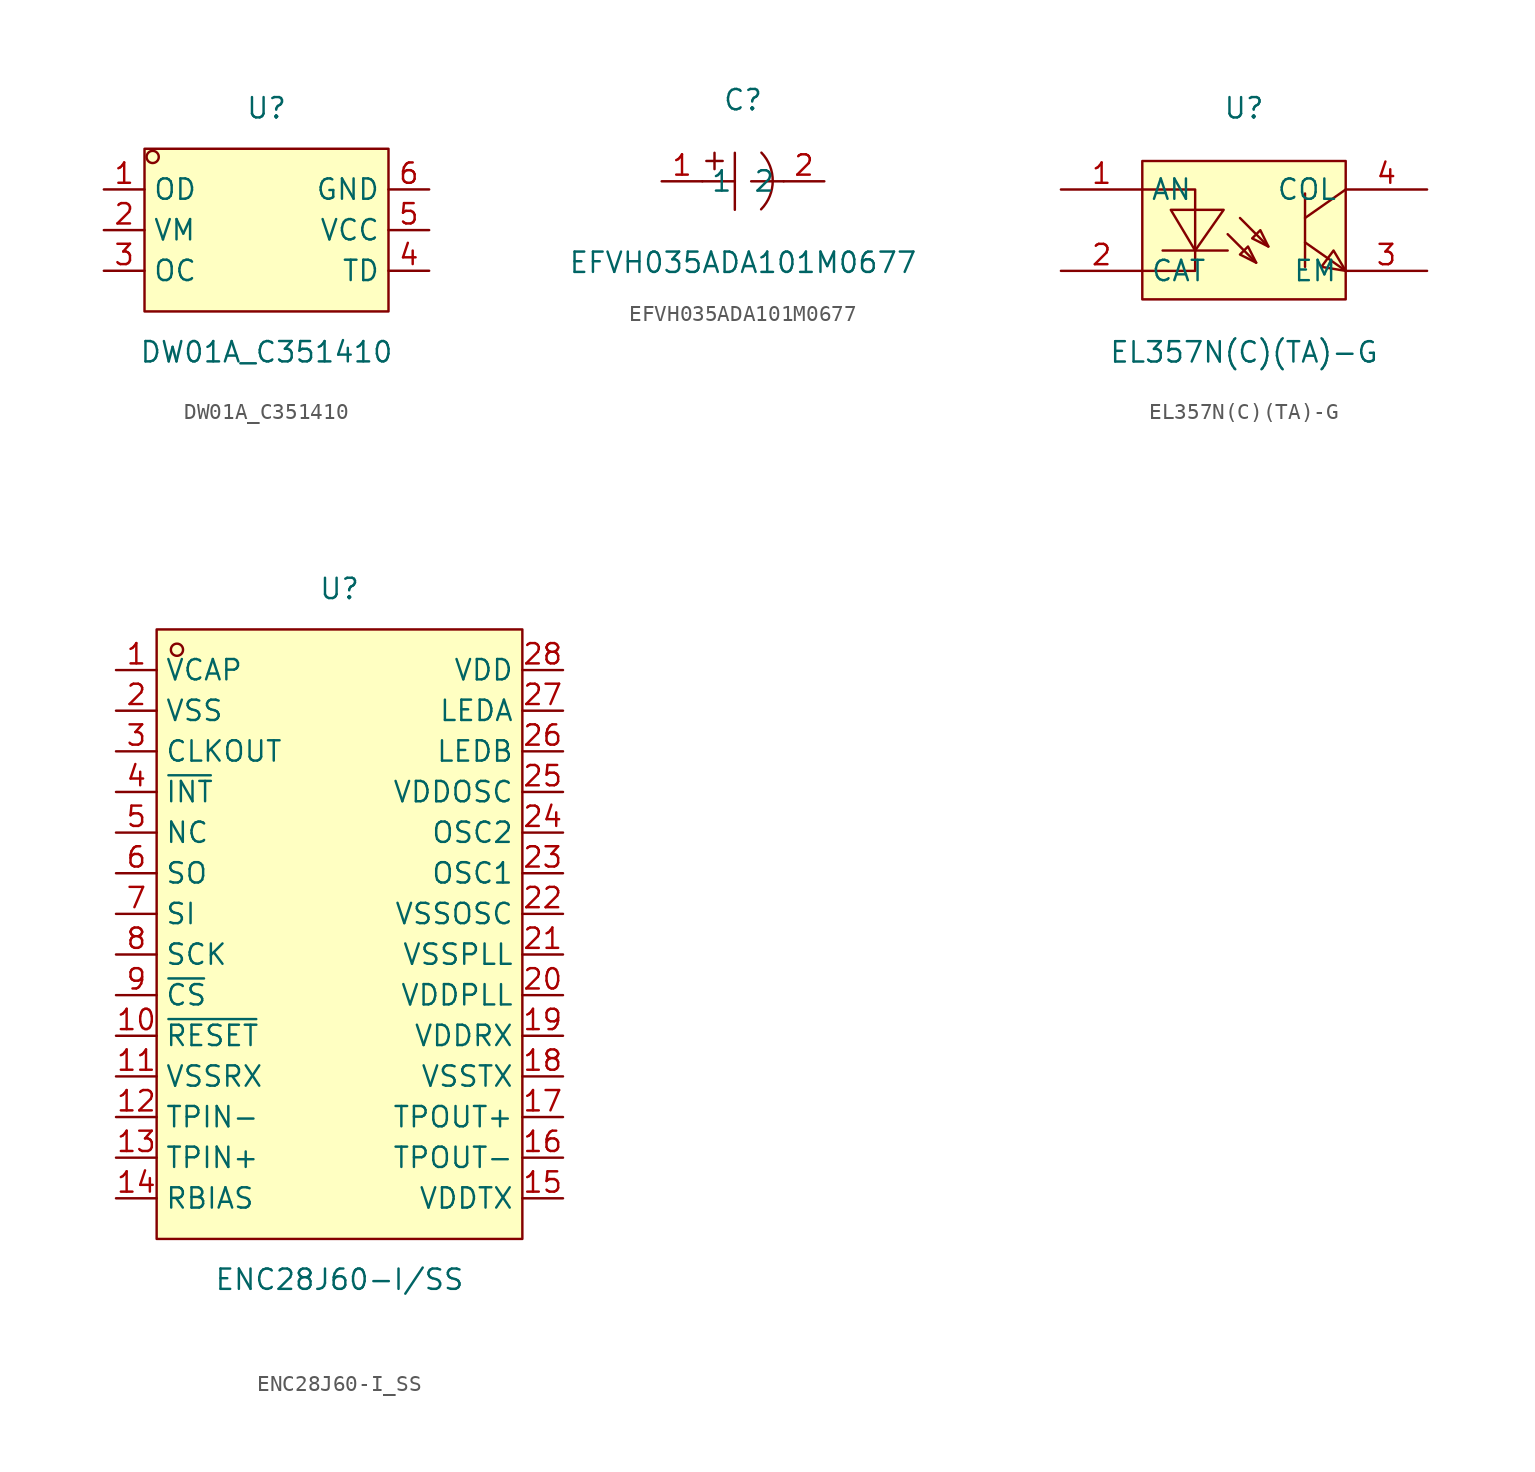
<source format=kicad_sym>
(kicad_symbol_lib
  (version 20211014)
  (generator https://github.com/uPesy/easyeda2kicad.py)
  (symbol "DW01A_C351410"
    (property "Reference" "U"
      (at 0 7.62 0)
      (effects (font (size 1.27 1.27))))
    (property "Value" "DW01A_C351410"
      (at 0 -7.62 0)
      (effects (font (size 1.27 1.27))))
    (symbol "DW01A_C351410_0_1"
      (rectangle (start -7.62 5.08) (end 7.62 -5.08) (stroke (width 0) (type default) (color 0 0 0 0)) (fill (type background)))
      (circle (center -7.11 4.57) (radius 0.38) (stroke (width 0) (type default) (color 0 0 0 0)) (fill (type none)))
      (pin unspecified line (at -10.16 2.54 0) (length 2.54) (name "OD" (effects (font (size 1.27 1.27)))) (number "1" (effects (font (size 1.27 1.27)))))
      (pin unspecified line (at -10.16 -0.00 0) (length 2.54) (name "VM" (effects (font (size 1.27 1.27)))) (number "2" (effects (font (size 1.27 1.27)))))
      (pin unspecified line (at -10.16 -2.54 0) (length 2.54) (name "OC" (effects (font (size 1.27 1.27)))) (number "3" (effects (font (size 1.27 1.27)))))
      (pin unspecified line (at 10.16 -2.54 180) (length 2.54) (name "TD" (effects (font (size 1.27 1.27)))) (number "4" (effects (font (size 1.27 1.27)))))
      (pin unspecified line (at 10.16 -0.00 180) (length 2.54) (name "VCC" (effects (font (size 1.27 1.27)))) (number "5" (effects (font (size 1.27 1.27)))))
      (pin unspecified line (at 10.16 2.54 180) (length 2.54) (name "GND" (effects (font (size 1.27 1.27)))) (number "6" (effects (font (size 1.27 1.27)))))))
  (symbol "EFVH035ADA101M0677"
    (property "Reference" "C"
      (at 0 5.08 0)
      (effects (font (size 1.27 1.27))))
    (property "Value" "EFVH035ADA101M0677"
      (at 0 -5.08 0)
      (effects (font (size 1.27 1.27))))
    (symbol "EFVH035ADA101M0677_0_1"
      (arc (start 1.13 -1.75) (mid 5.47 -0.41) (end 1.15 1.79) (stroke (width 0) (type default) (color 0 0 0 0)) (fill (type none)))
      (polyline (pts (xy -0.51 1.78) (xy -0.51 -1.78)) (stroke (width 0) (type default) (color 0 0 0 0)) (fill (type none)))
      (polyline (pts (xy -2.54 -0.00) (xy -0.51 -0.00)) (stroke (width 0) (type default) (color 0 0 0 0)) (fill (type none)))
      (polyline (pts (xy 0.51 -0.00) (xy 2.54 -0.00)) (stroke (width 0) (type default) (color 0 0 0 0)) (fill (type none)))
      (polyline (pts (xy -2.29 1.27) (xy -1.27 1.27)) (stroke (width 0) (type default) (color 0 0 0 0)) (fill (type none)))
      (polyline (pts (xy -1.78 1.78) (xy -1.78 0.76)) (stroke (width 0) (type default) (color 0 0 0 0)) (fill (type none)))
      (pin input line (at -5.08 -0.00 0) (length 2.54) (name "1" (effects (font (size 1.27 1.27)))) (number "1" (effects (font (size 1.27 1.27)))))
      (pin input line (at 5.08 -0.00 180) (length 2.54) (name "2" (effects (font (size 1.27 1.27)))) (number "2" (effects (font (size 1.27 1.27)))))))
  (symbol "EL357N(C)(TA)-G"
    (property "Reference" "U"
      (at 0 7.62 0)
      (effects (font (size 1.27 1.27))))
    (property "Value" "EL357N(C)(TA)-G"
      (at 0 -7.62 0)
      (effects (font (size 1.27 1.27))))
    (symbol "EL357N(C)(TA)-G_0_1"
      (rectangle (start -6.35 4.32) (end 6.35 -4.32) (stroke (width 0) (type default) (color 0 0 0 0)) (fill (type background)))
      (polyline (pts (xy 0.76 -2.03) (xy 0.25 -1.02) (xy -0.25 -1.52) (xy 0.76 -2.03)) (stroke (width 0) (type default) (color 0 0 0 0)) (fill (type background)))
      (polyline (pts (xy 1.52 -1.02) (xy 1.02 -0.00) (xy 0.51 -0.51) (xy 1.52 -1.02)) (stroke (width 0) (type default) (color 0 0 0 0)) (fill (type background)))
      (polyline (pts (xy -4.57 1.27) (xy -3.05 -1.27) (xy -1.27 1.27) (xy -4.57 1.27)) (stroke (width 0) (type default) (color 0 0 0 0)) (fill (type background)))
      (polyline (pts (xy 6.35 2.54) (xy 3.81 0.76)) (stroke (width 0) (type default) (color 0 0 0 0)) (fill (type none)))
      (polyline (pts (xy 3.81 -0.76) (xy 6.35 -2.54)) (stroke (width 0) (type default) (color 0 0 0 0)) (fill (type none)))
      (polyline (pts (xy 3.81 2.29) (xy 3.81 -2.29)) (stroke (width 0) (type default) (color 0 0 0 0)) (fill (type none)))
      (polyline (pts (xy -1.02 -0.25) (xy 0.76 -2.03)) (stroke (width 0) (type default) (color 0 0 0 0)) (fill (type none)))
      (polyline (pts (xy -0.25 0.76) (xy 1.52 -1.02)) (stroke (width 0) (type default) (color 0 0 0 0)) (fill (type none)))
      (polyline (pts (xy -1.02 -1.27) (xy -5.08 -1.27)) (stroke (width 0) (type default) (color 0 0 0 0)) (fill (type none)))
      (polyline (pts (xy -6.35 2.54) (xy -3.05 2.54) (xy -3.05 -2.54) (xy -6.35 -2.54)) (stroke (width 0) (type default) (color 0 0 0 0)) (fill (type none)))
      (polyline (pts (xy 6.35 -2.54) (xy 5.59 -1.27) (xy 4.83 -2.29) (xy 6.35 -2.54)) (stroke (width 0) (type default) (color 0 0 0 0)) (fill (type background)))
      (pin unspecified line (at -11.43 2.54 0) (length 5.08) (name "AN" (effects (font (size 1.27 1.27)))) (number "1" (effects (font (size 1.27 1.27)))))
      (pin unspecified line (at -11.43 -2.54 0) (length 5.08) (name "CAT" (effects (font (size 1.27 1.27)))) (number "2" (effects (font (size 1.27 1.27)))))
      (pin unspecified line (at 11.43 -2.54 180) (length 5.08) (name "EM" (effects (font (size 1.27 1.27)))) (number "3" (effects (font (size 1.27 1.27)))))
      (pin unspecified line (at 11.43 2.54 180) (length 5.08) (name "COL" (effects (font (size 1.27 1.27)))) (number "4" (effects (font (size 1.27 1.27)))))))
  (symbol "ENC28J60-I_SS"
    (property "Reference" "U"
      (at 0 21.59 0)
      (effects (font (size 1.27 1.27))))
    (property "Value" "ENC28J60-I/SS"
      (at 0 -21.59 0)
      (effects (font (size 1.27 1.27))))
    (symbol "ENC28J60-I_SS_0_1"
      (rectangle (start -11.43 19.05) (end 11.43 -19.05) (stroke (width 0) (type default) (color 0 0 0 0)) (fill (type background)))
      (circle (center -10.16 17.78) (radius 0.38) (stroke (width 0) (type default) (color 0 0 0 0)) (fill (type none)))
      (pin unspecified line (at -13.97 16.51 0) (length 2.54) (name "VCAP" (effects (font (size 1.27 1.27)))) (number "1" (effects (font (size 1.27 1.27)))))
      (pin unspecified line (at -13.97 13.97 0) (length 2.54) (name "VSS" (effects (font (size 1.27 1.27)))) (number "2" (effects (font (size 1.27 1.27)))))
      (pin unspecified line (at -13.97 11.43 0) (length 2.54) (name "CLKOUT" (effects (font (size 1.27 1.27)))) (number "3" (effects (font (size 1.27 1.27)))))
      (pin unspecified line (at -13.97 8.89 0) (length 2.54) (name "~{INT}" (effects (font (size 1.27 1.27)))) (number "4" (effects (font (size 1.27 1.27)))))
      (pin unspecified line (at -13.97 6.35 0) (length 2.54) (name "NC" (effects (font (size 1.27 1.27)))) (number "5" (effects (font (size 1.27 1.27)))))
      (pin unspecified line (at -13.97 3.81 0) (length 2.54) (name "SO" (effects (font (size 1.27 1.27)))) (number "6" (effects (font (size 1.27 1.27)))))
      (pin unspecified line (at -13.97 1.27 0) (length 2.54) (name "SI" (effects (font (size 1.27 1.27)))) (number "7" (effects (font (size 1.27 1.27)))))
      (pin unspecified line (at -13.97 -1.27 0) (length 2.54) (name "SCK" (effects (font (size 1.27 1.27)))) (number "8" (effects (font (size 1.27 1.27)))))
      (pin unspecified line (at -13.97 -3.81 0) (length 2.54) (name "~{CS}" (effects (font (size 1.27 1.27)))) (number "9" (effects (font (size 1.27 1.27)))))
      (pin unspecified line (at -13.97 -6.35 0) (length 2.54) (name "~{RESET}" (effects (font (size 1.27 1.27)))) (number "10" (effects (font (size 1.27 1.27)))))
      (pin unspecified line (at -13.97 -8.89 0) (length 2.54) (name "VSSRX" (effects (font (size 1.27 1.27)))) (number "11" (effects (font (size 1.27 1.27)))))
      (pin unspecified line (at -13.97 -11.43 0) (length 2.54) (name "TPIN-" (effects (font (size 1.27 1.27)))) (number "12" (effects (font (size 1.27 1.27)))))
      (pin unspecified line (at -13.97 -13.97 0) (length 2.54) (name "TPIN+" (effects (font (size 1.27 1.27)))) (number "13" (effects (font (size 1.27 1.27)))))
      (pin unspecified line (at -13.97 -16.51 0) (length 2.54) (name "RBIAS" (effects (font (size 1.27 1.27)))) (number "14" (effects (font (size 1.27 1.27)))))
      (pin unspecified line (at 13.97 -16.51 180) (length 2.54) (name "VDDTX" (effects (font (size 1.27 1.27)))) (number "15" (effects (font (size 1.27 1.27)))))
      (pin unspecified line (at 13.97 -13.97 180) (length 2.54) (name "TPOUT-" (effects (font (size 1.27 1.27)))) (number "16" (effects (font (size 1.27 1.27)))))
      (pin unspecified line (at 13.97 -11.43 180) (length 2.54) (name "TPOUT+" (effects (font (size 1.27 1.27)))) (number "17" (effects (font (size 1.27 1.27)))))
      (pin unspecified line (at 13.97 -8.89 180) (length 2.54) (name "VSSTX" (effects (font (size 1.27 1.27)))) (number "18" (effects (font (size 1.27 1.27)))))
      (pin unspecified line (at 13.97 -6.35 180) (length 2.54) (name "VDDRX" (effects (font (size 1.27 1.27)))) (number "19" (effects (font (size 1.27 1.27)))))
      (pin unspecified line (at 13.97 -3.81 180) (length 2.54) (name "VDDPLL" (effects (font (size 1.27 1.27)))) (number "20" (effects (font (size 1.27 1.27)))))
      (pin unspecified line (at 13.97 -1.27 180) (length 2.54) (name "VSSPLL" (effects (font (size 1.27 1.27)))) (number "21" (effects (font (size 1.27 1.27)))))
      (pin unspecified line (at 13.97 1.27 180) (length 2.54) (name "VSSOSC" (effects (font (size 1.27 1.27)))) (number "22" (effects (font (size 1.27 1.27)))))
      (pin unspecified line (at 13.97 3.81 180) (length 2.54) (name "OSC1" (effects (font (size 1.27 1.27)))) (number "23" (effects (font (size 1.27 1.27)))))
      (pin unspecified line (at 13.97 6.35 180) (length 2.54) (name "OSC2" (effects (font (size 1.27 1.27)))) (number "24" (effects (font (size 1.27 1.27)))))
      (pin unspecified line (at 13.97 8.89 180) (length 2.54) (name "VDDOSC" (effects (font (size 1.27 1.27)))) (number "25" (effects (font (size 1.27 1.27)))))
      (pin unspecified line (at 13.97 11.43 180) (length 2.54) (name "LEDB" (effects (font (size 1.27 1.27)))) (number "26" (effects (font (size 1.27 1.27)))))
      (pin unspecified line (at 13.97 13.97 180) (length 2.54) (name "LEDA" (effects (font (size 1.27 1.27)))) (number "27" (effects (font (size 1.27 1.27)))))
      (pin unspecified line (at 13.97 16.51 180) (length 2.54) (name "VDD" (effects (font (size 1.27 1.27)))) (number "28" (effects (font (size 1.27 1.27))))))))
</source>
